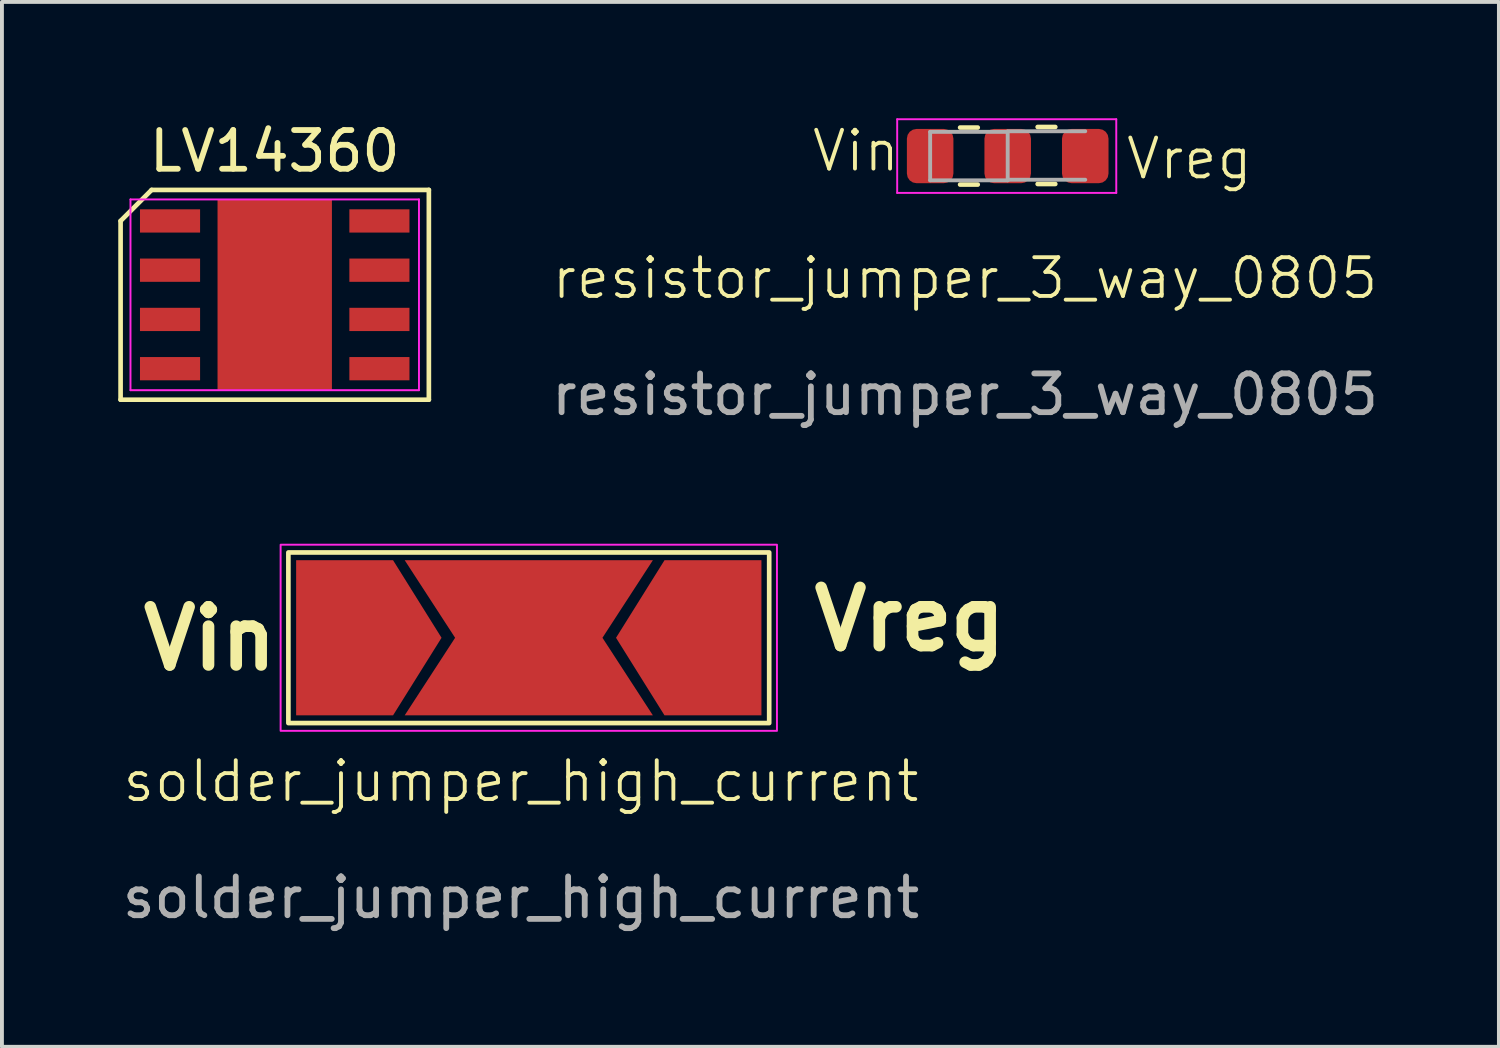
<source format=kicad_pcb>
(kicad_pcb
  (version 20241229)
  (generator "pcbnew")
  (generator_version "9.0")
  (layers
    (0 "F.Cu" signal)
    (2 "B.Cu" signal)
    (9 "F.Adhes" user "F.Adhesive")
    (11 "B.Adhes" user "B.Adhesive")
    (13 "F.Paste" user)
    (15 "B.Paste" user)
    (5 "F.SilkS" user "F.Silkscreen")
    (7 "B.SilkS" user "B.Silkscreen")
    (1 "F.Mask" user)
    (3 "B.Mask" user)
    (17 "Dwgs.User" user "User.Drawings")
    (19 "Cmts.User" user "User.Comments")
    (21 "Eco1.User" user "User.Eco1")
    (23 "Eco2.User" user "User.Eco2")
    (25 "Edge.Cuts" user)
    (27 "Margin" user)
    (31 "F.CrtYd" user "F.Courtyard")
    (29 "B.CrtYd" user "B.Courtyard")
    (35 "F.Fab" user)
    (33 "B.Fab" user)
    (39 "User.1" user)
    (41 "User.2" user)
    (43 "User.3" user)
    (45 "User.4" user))
  (footprint "solder_jumper_high_current"
    (layer "F.Cu")
    (at 10.387 17.598)
    (property "Reference" "solder_jumper_high_current" (at 0 -0.5 0) (unlocked yes) (layer "F.SilkS") (effects (font (size 1 1) (thickness 0.1))))
    (attr smd allow_soldermask_bridges)
    (fp_rect (start -4.475 -6.2) (end -0.4 -2.2) (stroke (width 0) (type solid)) (fill yes) (layer "F.Mask"))
    (fp_rect (start 0.863 -6.2) (end 4.838 -2.2) (stroke (width 0) (type solid)) (fill yes) (layer "F.Mask"))
    (fp_rect (start -6 -6.4) (end 6.4 -2) (stroke (width 0.12) (type default)) (fill no) (layer "F.SilkS"))
    (fp_rect (start -6.2 -6.6) (end 6.6 -1.8) (stroke (width 0.05) (type default)) (fill no) (layer "F.CrtYd"))
    (fp_text user "Vin" (at -9.9 -3.3 0) (unlocked yes) (layer "F.SilkS") (effects (font (size 1.5 1.5) (thickness 0.3) (bold yes)) (justify left bottom)))
    (fp_text user "Vreg" (at 7.4 -3.8 0) (unlocked yes) (layer "F.SilkS") (effects (font (size 1.5 1.5) (thickness 0.3) (bold yes)) (justify left bottom)))
    (fp_text user "${REFERENCE}" (at 0 2.5 0) (unlocked yes) (layer "F.Fab") (effects (font (size 1 1) (thickness 0.15))))
    (pad "1" smd custom (at -4.3 -4.2) (size 0.3 0.3) (layers "F.Cu" "F.Mask") (options (anchor rect)) (primitives (gr_poly (pts (xy -1.5 2) (xy -1.5 -2) (xy 1 -2) (xy 2.25 0) (xy 1 2)) (width 0) (fill yes))))
    (pad "2" smd custom (at 0.2 -4.2 90) (size 0.3 0.3) (layers "F.Cu" "F.Mask") (options (anchor rect)) (primitives (gr_poly (pts (xy 2 -3.2) (xy 0 -1.9) (xy -2 -3.2) (xy -2 3.2) (xy 0 1.9) (xy 2 3.2)) (width 0) (fill yes))))
    (pad "3" smd custom (at 4.7 -4.2 180) (size 0.3 0.3) (layers "F.Cu" "F.Mask") (options (anchor rect)) (primitives (gr_poly (pts (xy -1.5 2) (xy -1.5 -2) (xy 1 -2) (xy 2.25 0) (xy 1 2)) (width 0) (fill yes)))))
  (footprint "resistor_jumper_3_way_0805"
    (layer "F.Cu")
    (at 21.838 4.625)
    (property "Reference" "resistor_jumper_3_way_0805" (at 0 -0.5 0) (unlocked yes) (layer "F.SilkS") (effects (font (size 1 1) (thickness 0.1))))
    (attr smd)
    (fp_line (start -0.127 -4.385) (end 0.327 -4.385) (stroke (width 0.12) (type solid)) (layer "F.SilkS"))
    (fp_line (start -0.127 -2.915) (end 0.327 -2.915) (stroke (width 0.12) (type solid)) (layer "F.SilkS"))
    (fp_line (start 1.873 -4.4) (end 2.327 -4.4) (stroke (width 0.12) (type solid)) (layer "F.SilkS"))
    (fp_line (start 1.873 -2.93) (end 2.327 -2.93) (stroke (width 0.12) (type solid)) (layer "F.SilkS"))
    (fp_line (start -1.75 -4.6) (end 3.9 -4.6) (stroke (width 0.05) (type solid)) (layer "F.CrtYd"))
    (fp_line (start -1.75 -2.7) (end -1.75 -4.6) (stroke (width 0.05) (type solid)) (layer "F.CrtYd"))
    (fp_line (start 3.9 -4.6) (end 3.9 -2.7) (stroke (width 0.05) (type solid)) (layer "F.CrtYd"))
    (fp_line (start 3.9 -2.7) (end -1.75 -2.7) (stroke (width 0.05) (type solid)) (layer "F.CrtYd"))
    (fp_line (start -0.9 -4.275) (end 1.1 -4.275) (stroke (width 0.1) (type solid)) (layer "F.Fab"))
    (fp_line (start -0.9 -3.025) (end -0.9 -4.275) (stroke (width 0.1) (type solid)) (layer "F.Fab"))
    (fp_line (start 1.1 -4.29) (end 3.1 -4.29) (stroke (width 0.1) (type solid)) (layer "F.Fab"))
    (fp_line (start 1.1 -4.275) (end 1.1 -3.025) (stroke (width 0.1) (type solid)) (layer "F.Fab"))
    (fp_line (start 1.1 -3.025) (end -0.9 -3.025) (stroke (width 0.1) (type solid)) (layer "F.Fab"))
    (fp_line (start 3.1 -3.04) (end 1.1 -3.04) (stroke (width 0.1) (type solid)) (layer "F.Fab"))
    (fp_text user "Vin" (at -4 -3.2 0) (unlocked yes) (layer "F.SilkS") (effects (font (size 1 1) (thickness 0.1)) (justify left bottom)))
    (fp_text user "Vreg" (at 4.1 -3 0) (unlocked yes) (layer "F.SilkS") (effects (font (size 1 1) (thickness 0.1)) (justify left bottom)))
    (fp_text user "${REFERENCE}" (at 0 2.5 0) (unlocked yes) (layer "F.Fab") (effects (font (size 1 1) (thickness 0.15))))
    (pad "1" smd roundrect (at -0.9 -3.65) (size 1.2 1.4) (layers "F.Cu" "F.Mask" "F.Paste") (roundrect_rratio 0.208))
    (pad "2" smd roundrect (at 1.1 -3.65) (size 1.2 1.4) (layers "F.Cu" "F.Mask" "F.Paste") (roundrect_rratio 0.208))
    (pad "3" smd roundrect (at 3.1 -3.65) (size 1.2 1.4) (layers "F.Cu" "F.Mask" "F.Paste") (roundrect_rratio 0.208)))
  (footprint "LV14360"
    (layer "F.Cu")
    (at 4.035 4.553)
    (property "Reference" "LV14360" (at 0 -3.705 0) (unlocked yes) (layer "F.SilkS") (effects (font (size 1 1) (thickness 0.15))))
    (attr smd)
    (fp_rect (start -1.35 1.7) (end 1.36 -1.7) (stroke (width 0.1) (type solid)) (fill yes) (layer "F.Mask"))
    (fp_line (start -3.975 -1.905) (end -3.175 -2.705) (stroke (width 0.12) (type default)) (layer "F.SilkS"))
    (fp_line (start -3.975 2.705) (end -3.975 -1.905) (stroke (width 0.12) (type default)) (layer "F.SilkS"))
    (fp_line (start -3.175 -2.705) (end 3.975 -2.705) (stroke (width 0.12) (type default)) (layer "F.SilkS"))
    (fp_line (start 3.975 -2.705) (end 3.975 2.705) (stroke (width 0.12) (type default)) (layer "F.SilkS"))
    (fp_line (start 3.975 2.705) (end -3.975 2.705) (stroke (width 0.12) (type default)) (layer "F.SilkS"))
    (fp_rect (start -1.355 1.7) (end 1.355 -1.7) (stroke (width 0.1) (type solid)) (fill yes) (layer "F.Paste"))
    (fp_line (start -3.72 -2.46) (end 3.72 -2.46) (stroke (width 0.05) (type default)) (layer "F.CrtYd"))
    (fp_line (start -3.72 2.46) (end -3.72 -2.46) (stroke (width 0.05) (type default)) (layer "F.CrtYd"))
    (fp_line (start 3.72 -2.46) (end 3.72 2.46) (stroke (width 0.05) (type default)) (layer "F.CrtYd"))
    (fp_line (start 3.72 2.46) (end -3.72 2.46) (stroke (width 0.05) (type default)) (layer "F.CrtYd"))
    (pad "1" smd rect (at -2.7 -1.905 270) (size 0.6 1.55) (layers "F.Cu" "F.Mask" "F.Paste"))
    (pad "2" smd rect (at -2.7 -0.635 270) (size 0.6 1.55) (layers "F.Cu" "F.Mask" "F.Paste"))
    (pad "3" smd rect (at -2.7 0.635 270) (size 0.6 1.55) (layers "F.Cu" "F.Mask" "F.Paste"))
    (pad "4" smd rect (at -2.7 1.905 270) (size 0.6 1.55) (layers "F.Cu" "F.Mask" "F.Paste"))
    (pad "5" smd rect (at 2.7 1.905 270) (size 0.6 1.55) (layers "F.Cu" "F.Mask" "F.Paste"))
    (pad "6" smd rect (at 2.7 0.635 270) (size 0.6 1.55) (layers "F.Cu" "F.Mask" "F.Paste"))
    (pad "7" smd rect (at 2.7 -0.635 270) (size 0.6 1.55) (layers "F.Cu" "F.Mask" "F.Paste"))
    (pad "8" smd rect (at 2.7 -1.905 270) (size 0.6 1.55) (layers "F.Cu" "F.Mask" "F.Paste"))
    (pad "9" smd rect (at 0 0) (size 2.95 4.9) (layers "F.Cu")))
  (gr_rect
    (start -3 -3)
    (end 35.606 23.947)
    (stroke (width 0.1) (type default))
    (fill no)
    (layer "Edge.Cuts")))
</source>
